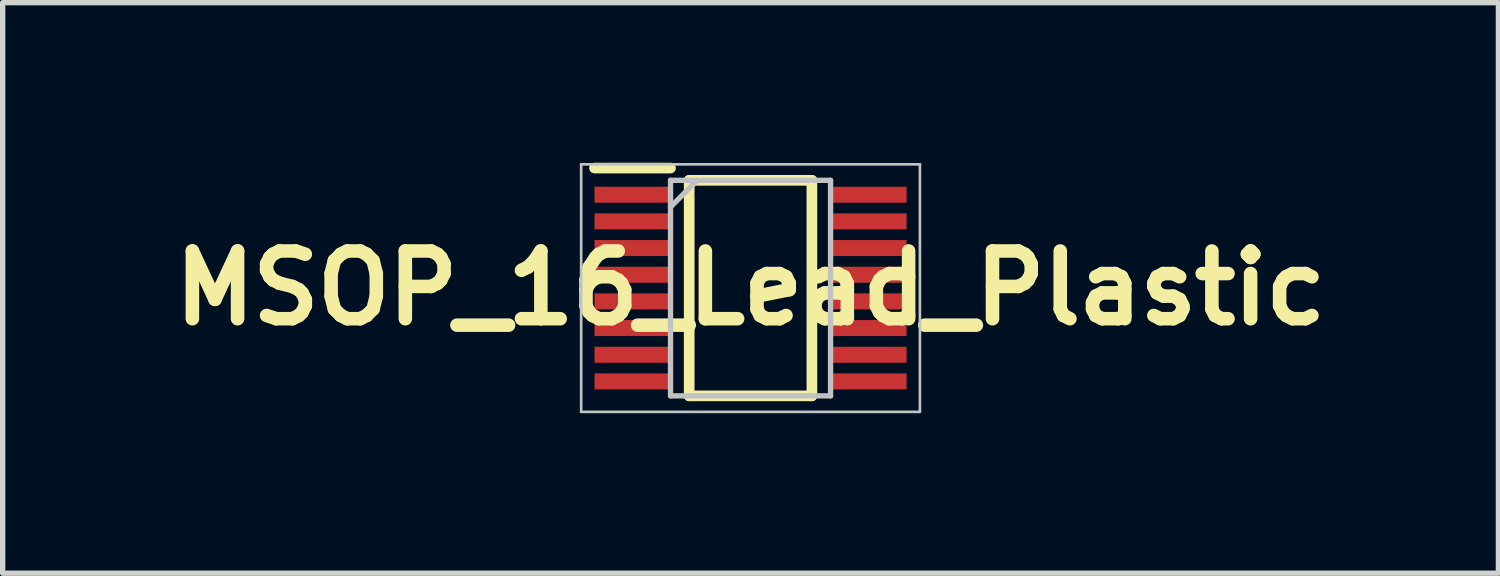
<source format=kicad_pcb>
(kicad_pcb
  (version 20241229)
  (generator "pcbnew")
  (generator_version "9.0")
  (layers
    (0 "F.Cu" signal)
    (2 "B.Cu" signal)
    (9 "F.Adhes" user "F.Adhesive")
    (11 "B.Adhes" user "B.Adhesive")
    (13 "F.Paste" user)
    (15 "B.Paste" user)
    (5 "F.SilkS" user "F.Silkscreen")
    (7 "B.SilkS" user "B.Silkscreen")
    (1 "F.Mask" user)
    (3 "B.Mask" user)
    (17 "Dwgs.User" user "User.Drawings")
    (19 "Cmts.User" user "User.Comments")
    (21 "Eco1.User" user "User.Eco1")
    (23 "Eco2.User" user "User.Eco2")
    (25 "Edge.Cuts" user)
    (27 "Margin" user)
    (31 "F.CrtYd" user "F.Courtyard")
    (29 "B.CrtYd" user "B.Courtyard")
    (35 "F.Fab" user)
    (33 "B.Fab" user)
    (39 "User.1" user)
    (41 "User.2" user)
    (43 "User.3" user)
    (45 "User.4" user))
  (footprint "MSOP_16_Lead_Plastic"
    (layer "F.Cu")
    (at 11.019 2.35)
    (property "Reference" "MSOP_16_Lead_Plastic" (at 0 0 0) (layer "F.SilkS") (effects (font (size 1.27 1.27) (thickness 0.254))))
    (attr smd)
    (fp_line (start -2.925 -2.25) (end -1.5 -2.25) (stroke (width 0.2) (type solid)) (layer "F.SilkS"))
    (fp_line (start -1.15 -2.02) (end 1.15 -2.02) (stroke (width 0.2) (type solid)) (layer "F.SilkS"))
    (fp_line (start -1.15 2.02) (end -1.15 -2.02) (stroke (width 0.2) (type solid)) (layer "F.SilkS"))
    (fp_line (start 1.15 -2.02) (end 1.15 2.02) (stroke (width 0.2) (type solid)) (layer "F.SilkS"))
    (fp_line (start 1.15 2.02) (end -1.15 2.02) (stroke (width 0.2) (type solid)) (layer "F.SilkS"))
    (fp_line (start -3.175 -2.32) (end 3.175 -2.32) (stroke (width 0.05) (type solid)) (layer "Dwgs.User"))
    (fp_line (start -3.175 2.32) (end -3.175 -2.32) (stroke (width 0.05) (type solid)) (layer "Dwgs.User"))
    (fp_line (start -1.5 -2.02) (end 1.5 -2.02) (stroke (width 0.1) (type solid)) (layer "Dwgs.User"))
    (fp_line (start -1.5 -1.52) (end -1 -2.02) (stroke (width 0.1) (type solid)) (layer "Dwgs.User"))
    (fp_line (start -1.5 2.02) (end -1.5 -2.02) (stroke (width 0.1) (type solid)) (layer "Dwgs.User"))
    (fp_line (start 1.5 -2.02) (end 1.5 2.02) (stroke (width 0.1) (type solid)) (layer "Dwgs.User"))
    (fp_line (start 1.5 2.02) (end -1.5 2.02) (stroke (width 0.1) (type solid)) (layer "Dwgs.User"))
    (fp_line (start 3.175 -2.32) (end 3.175 2.32) (stroke (width 0.05) (type solid)) (layer "Dwgs.User"))
    (fp_line (start 3.175 2.32) (end -3.175 2.32) (stroke (width 0.05) (type solid)) (layer "Dwgs.User"))
    (pad "1" smd rect (at -2.212 -1.75 90) (size 0.3 1.425) (layers "F.Cu" "F.Mask" "F.Paste"))
    (pad "2" smd rect (at -2.212 -1.25 90) (size 0.3 1.425) (layers "F.Cu" "F.Mask" "F.Paste"))
    (pad "3" smd rect (at -2.212 -0.75 90) (size 0.3 1.425) (layers "F.Cu" "F.Mask" "F.Paste"))
    (pad "4" smd rect (at -2.212 -0.25 90) (size 0.3 1.425) (layers "F.Cu" "F.Mask" "F.Paste"))
    (pad "5" smd rect (at -2.212 0.25 90) (size 0.3 1.425) (layers "F.Cu" "F.Mask" "F.Paste"))
    (pad "6" smd rect (at -2.212 0.75 90) (size 0.3 1.425) (layers "F.Cu" "F.Mask" "F.Paste"))
    (pad "7" smd rect (at -2.212 1.25 90) (size 0.3 1.425) (layers "F.Cu" "F.Mask" "F.Paste"))
    (pad "8" smd rect (at -2.212 1.75 90) (size 0.3 1.425) (layers "F.Cu" "F.Mask" "F.Paste"))
    (pad "9" smd rect (at 2.212 1.75 90) (size 0.3 1.425) (layers "F.Cu" "F.Mask" "F.Paste"))
    (pad "10" smd rect (at 2.212 1.25 90) (size 0.3 1.425) (layers "F.Cu" "F.Mask" "F.Paste"))
    (pad "11" smd rect (at 2.212 0.75 90) (size 0.3 1.425) (layers "F.Cu" "F.Mask" "F.Paste"))
    (pad "12" smd rect (at 2.212 0.25 90) (size 0.3 1.425) (layers "F.Cu" "F.Mask" "F.Paste"))
    (pad "13" smd rect (at 2.212 -0.25 90) (size 0.3 1.425) (layers "F.Cu" "F.Mask" "F.Paste"))
    (pad "14" smd rect (at 2.212 -0.75 90) (size 0.3 1.425) (layers "F.Cu" "F.Mask" "F.Paste"))
    (pad "15" smd rect (at 2.212 -1.25 90) (size 0.3 1.425) (layers "F.Cu" "F.Mask" "F.Paste"))
    (pad "16" smd rect (at 2.212 -1.75 90) (size 0.3 1.425) (layers "F.Cu" "F.Mask" "F.Paste")))
  (gr_rect
    (start -3 -3)
    (end 25.038 7.695)
    (stroke (width 0.1) (type default))
    (fill no)
    (layer "Edge.Cuts")))
</source>
